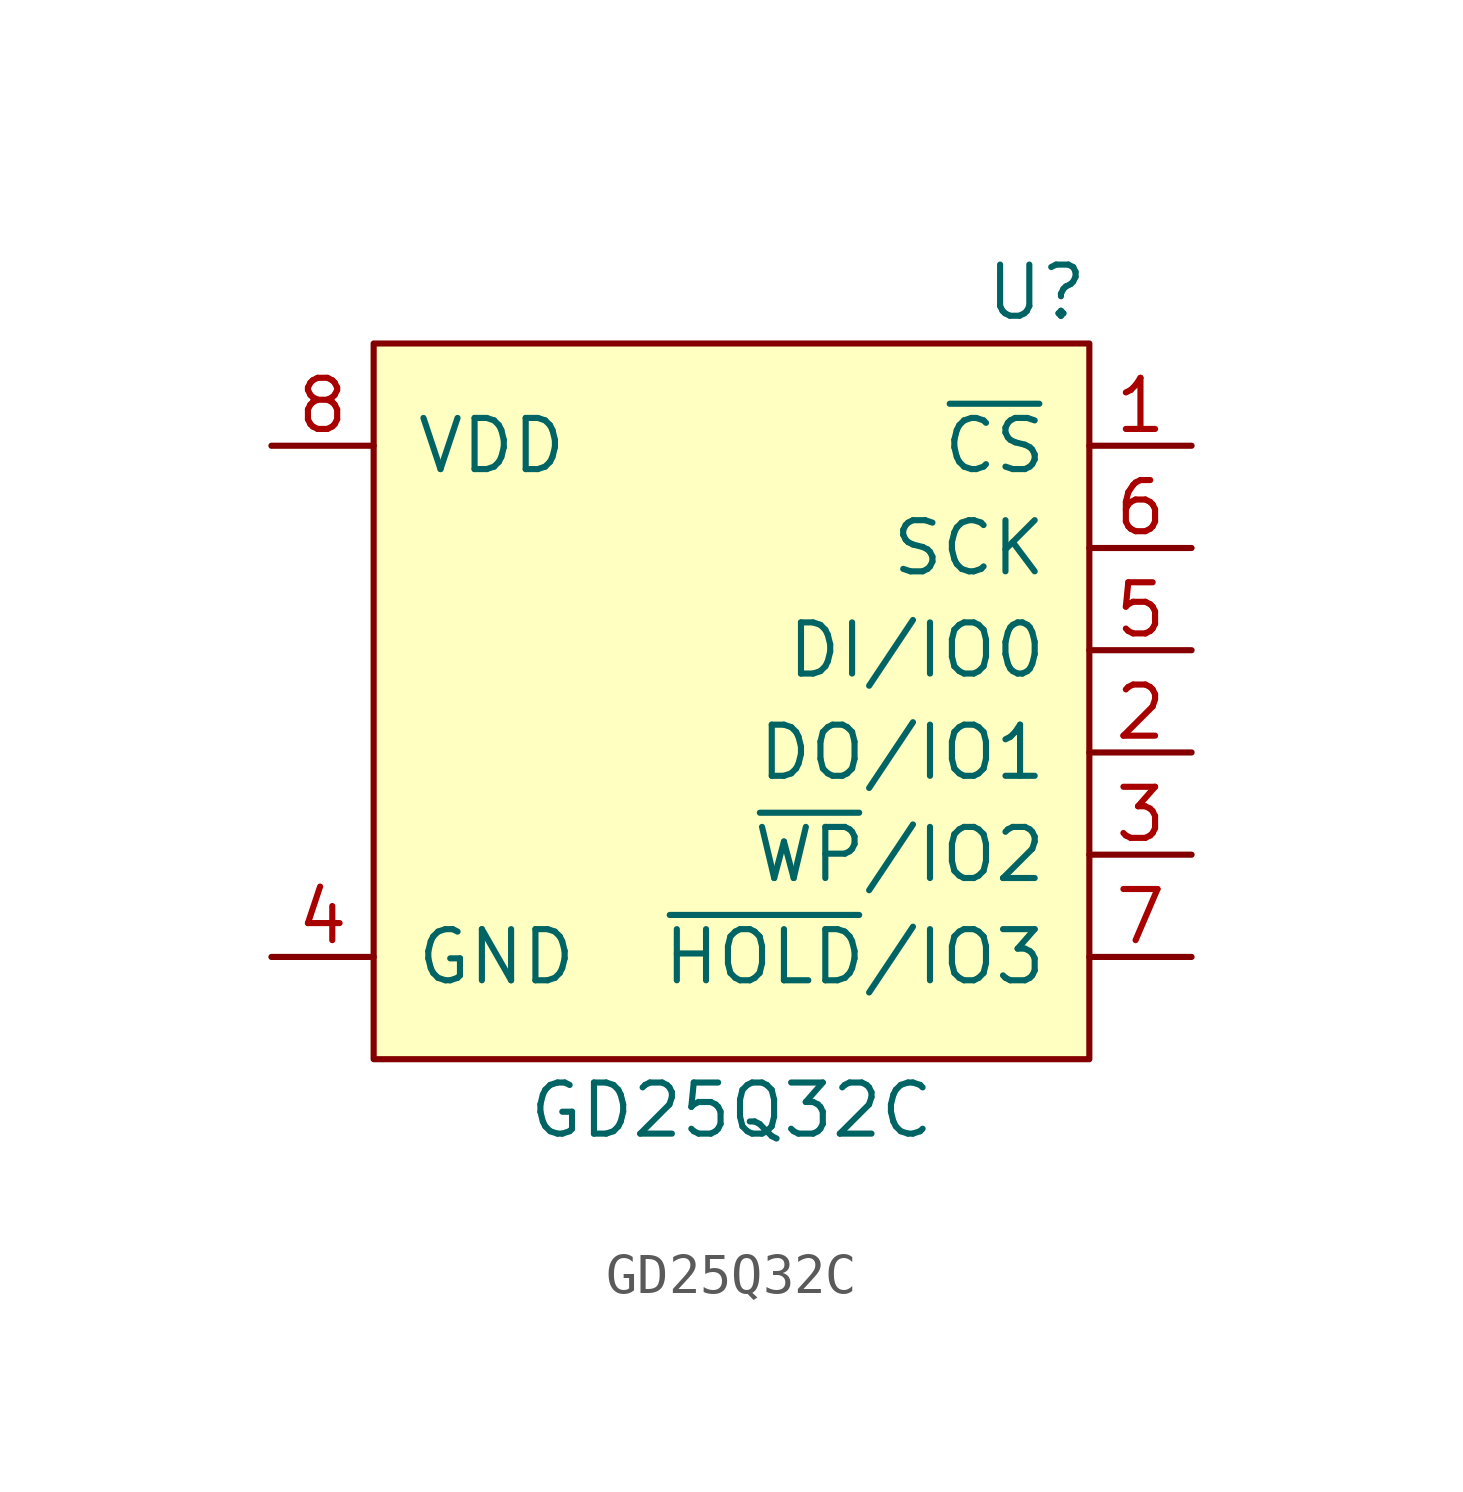
<source format=kicad_sym>
(kicad_symbol_lib
  (version 20231120)
  (generator "kicad_symbol_editor")
  (generator_version "8.99")
  (symbol "GD25Q32C"
    (pin_names
      (offset 1.016))
    (property "Reference" "U"
      (at 8.89 10.16 0)
      (effects (font (size 1.27 1.27)) (justify right)))
    (property "Value" "GD25Q32C"
      (at 0 -10.16 0)
      (effects (font (size 1.27 1.27))))
    (symbol "GD25Q32C_0_1"
      (rectangle (start -8.89 8.89) (end 8.89 -8.89) (stroke (width 0) (type solid)) (fill (type background))))
    (symbol "GD25Q32C_1_1"
      (pin input line (at 11.43 6.35 180) (length 2.54) (name "~{CS}" (effects (font (size 1.27 1.27)))) (number "1" (effects (font (size 1.27 1.27)))))
      (pin bidirectional line (at 11.43 -1.27 180) (length 2.54) (name "DO/IO1" (effects (font (size 1.27 1.27)))) (number "2" (effects (font (size 1.27 1.27)))))
      (pin bidirectional line (at 11.43 -3.81 180) (length 2.54) (name "~{WP}/IO2" (effects (font (size 1.27 1.27)))) (number "3" (effects (font (size 1.27 1.27)))))
      (pin power_in line (at -11.43 -6.35 0) (length 2.54) (name "GND" (effects (font (size 1.27 1.27)))) (number "4" (effects (font (size 1.27 1.27)))))
      (pin bidirectional line (at 11.43 1.27 180) (length 2.54) (name "DI/IO0" (effects (font (size 1.27 1.27)))) (number "5" (effects (font (size 1.27 1.27)))))
      (pin input line (at 11.43 3.81 180) (length 2.54) (name "SCK" (effects (font (size 1.27 1.27)))) (number "6" (effects (font (size 1.27 1.27)))))
      (pin bidirectional line (at 11.43 -6.35 180) (length 2.54) (name "~{HOLD}/IO3" (effects (font (size 1.27 1.27)))) (number "7" (effects (font (size 1.27 1.27)))))
      (pin power_in line (at -11.43 6.35 0) (length 2.54) (name "VDD" (effects (font (size 1.27 1.27)))) (number "8" (effects (font (size 1.27 1.27))))))))
</source>
